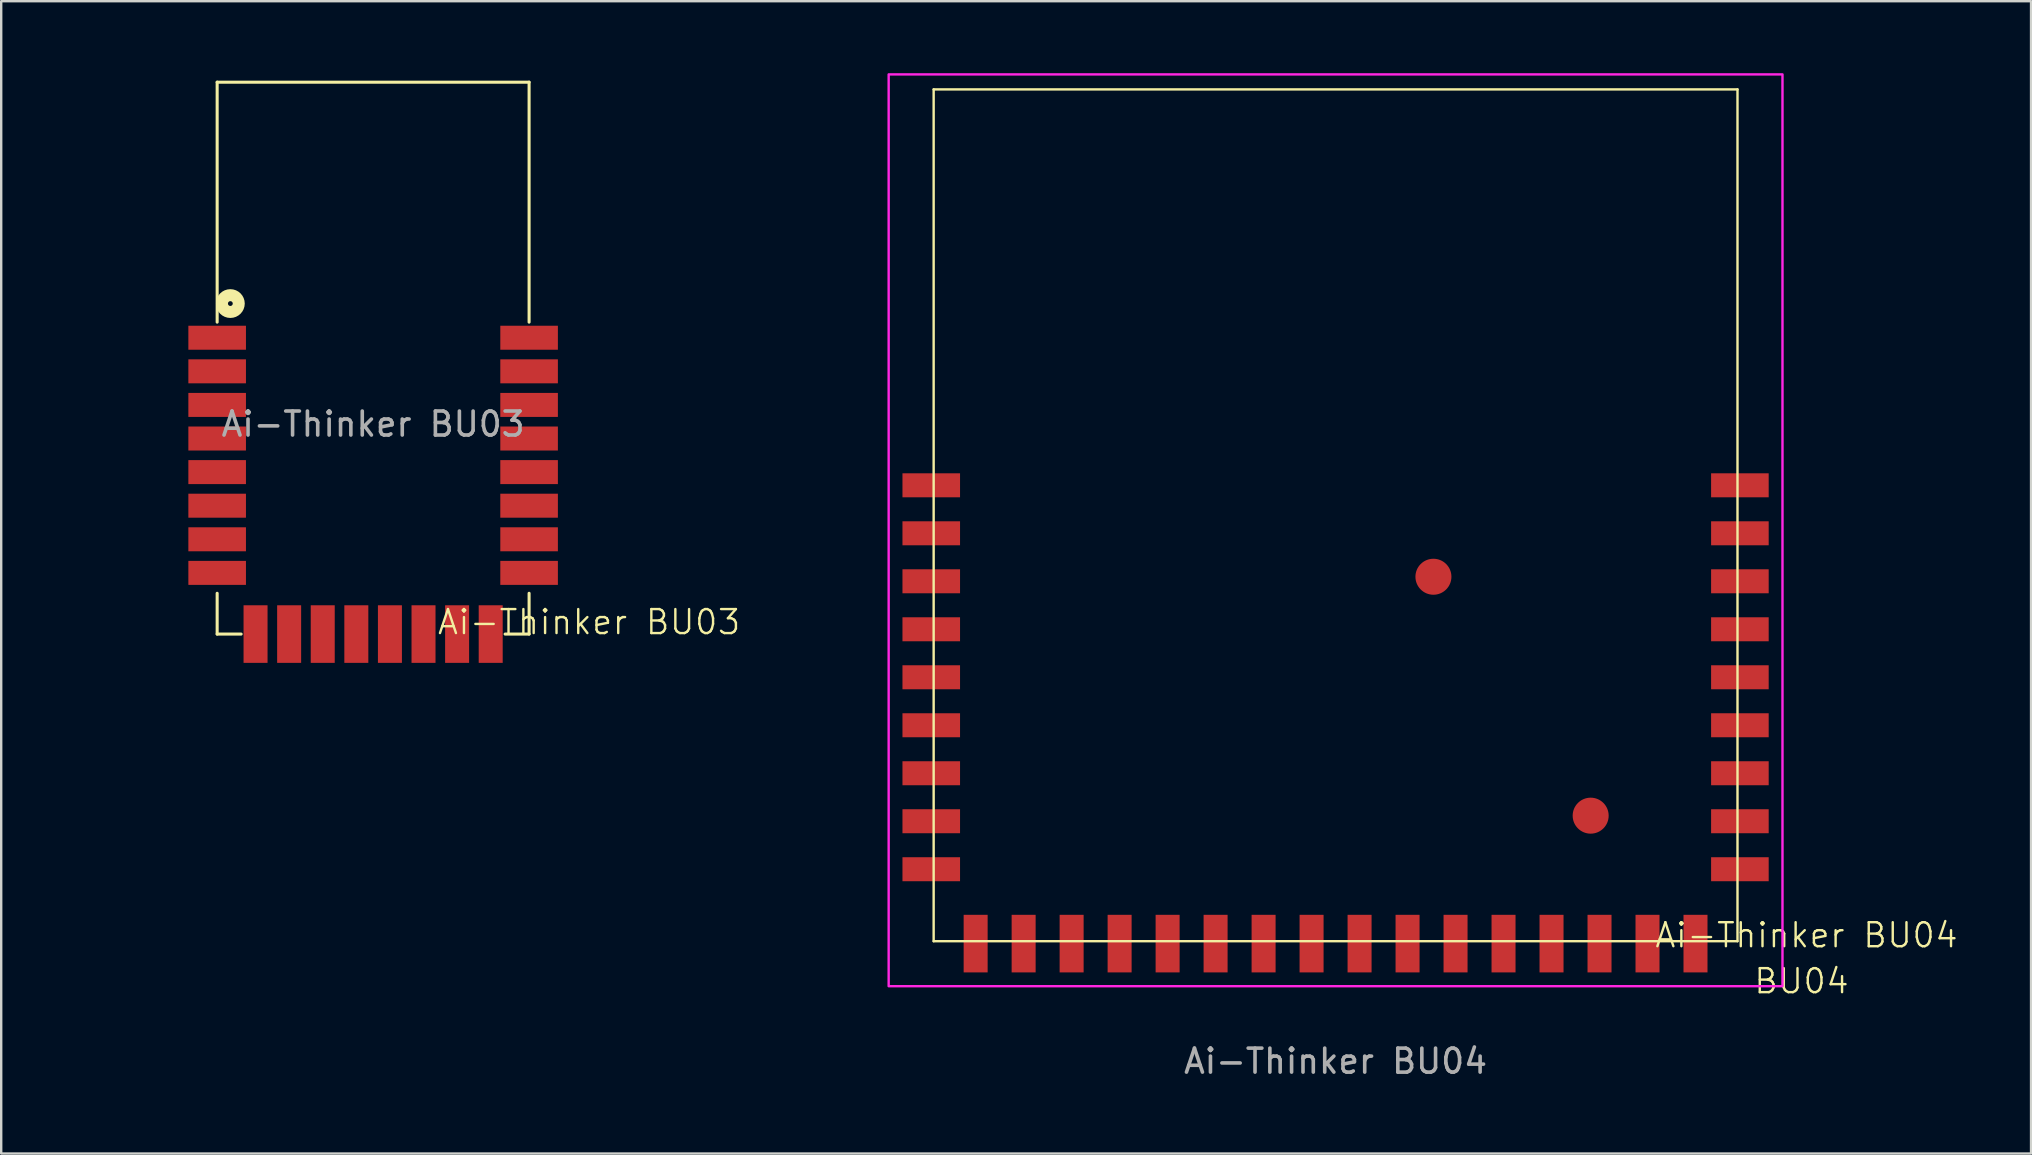
<source format=kicad_pcb>
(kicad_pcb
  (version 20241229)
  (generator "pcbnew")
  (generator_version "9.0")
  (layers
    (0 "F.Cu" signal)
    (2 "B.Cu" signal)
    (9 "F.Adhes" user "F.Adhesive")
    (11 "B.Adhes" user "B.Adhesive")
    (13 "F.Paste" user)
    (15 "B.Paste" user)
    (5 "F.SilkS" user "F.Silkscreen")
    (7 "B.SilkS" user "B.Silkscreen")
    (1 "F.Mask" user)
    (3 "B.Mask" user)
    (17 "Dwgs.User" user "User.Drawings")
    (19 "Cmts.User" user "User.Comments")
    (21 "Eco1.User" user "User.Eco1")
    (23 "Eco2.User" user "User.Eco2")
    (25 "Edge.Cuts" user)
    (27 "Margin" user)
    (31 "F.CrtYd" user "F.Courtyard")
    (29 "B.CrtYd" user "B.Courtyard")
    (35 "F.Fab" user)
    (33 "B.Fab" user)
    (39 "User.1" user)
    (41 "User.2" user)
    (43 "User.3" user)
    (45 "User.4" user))
  (footprint "Ai-Thinker BU04"
    (layer "F.Cu")
    (at 52.61 19.05)
    (property "Reference" "Ai-Thinker BU04" (at 19.625 16.875 0) (unlocked yes) (layer "F.SilkS") (effects (font (size 1 1) (thickness 0.1))))
    (attr smd)
    (fp_line (start -16.75 -18.375) (end 16.75 -18.375) (stroke (width 0.1) (type solid)) (layer "F.SilkS"))
    (fp_line (start -16.75 17.125) (end -16.75 -18.375) (stroke (width 0.1) (type solid)) (layer "F.SilkS"))
    (fp_line (start -16.75 17.125) (end 16.75 17.125) (stroke (width 0.1) (type solid)) (layer "F.SilkS"))
    (fp_line (start 16.75 17.125) (end 16.75 -18.375) (stroke (width 0.1) (type solid)) (layer "F.SilkS"))
    (fp_rect (start -18.625 -19) (end 18.625 19) (stroke (width 0.1) (type default)) (fill no) (layer "F.CrtYd"))
    (fp_text user "BU04" (at 17.375 19.375 0) (unlocked yes) (layer "F.SilkS") (effects (font (size 1 1) (thickness 0.1)) (justify left bottom)))
    (fp_text user "${REFERENCE}" (at 0 22.125 0) (unlocked yes) (layer "F.Fab") (effects (font (size 1 1) (thickness 0.15))))
    (pad "1" smd rect (at -16.85 -1.875) (size 2.4 1) (layers "F.Cu" "F.Mask" "F.Paste"))
    (pad "2" smd rect (at -16.85 0.125) (size 2.4 1) (layers "F.Cu" "F.Mask" "F.Paste"))
    (pad "3" smd rect (at -16.85 2.125) (size 2.4 1) (layers "F.Cu" "F.Mask" "F.Paste"))
    (pad "4" smd rect (at -16.85 4.125) (size 2.4 1) (layers "F.Cu" "F.Mask" "F.Paste"))
    (pad "5" smd rect (at -16.85 6.125) (size 2.4 1) (layers "F.Cu" "F.Mask" "F.Paste"))
    (pad "6" smd rect (at -16.85 8.125) (size 2.4 1) (layers "F.Cu" "F.Mask" "F.Paste"))
    (pad "7" smd rect (at -16.85 10.125) (size 2.4 1) (layers "F.Cu" "F.Mask" "F.Paste"))
    (pad "8" smd rect (at -16.85 12.125) (size 2.4 1) (layers "F.Cu" "F.Mask" "F.Paste"))
    (pad "9" smd rect (at -16.85 14.125) (size 2.4 1) (layers "F.Cu" "F.Mask" "F.Paste"))
    (pad "10" smd rect (at -15 17.225 90) (size 2.4 1) (layers "F.Cu" "F.Mask" "F.Paste"))
    (pad "11" smd rect (at -13 17.225 90) (size 2.4 1) (layers "F.Cu" "F.Mask" "F.Paste"))
    (pad "12" smd rect (at -11 17.225 90) (size 2.4 1) (layers "F.Cu" "F.Mask" "F.Paste"))
    (pad "13" smd rect (at -9 17.225 90) (size 2.4 1) (layers "F.Cu" "F.Mask" "F.Paste"))
    (pad "14" smd rect (at -7 17.225 90) (size 2.4 1) (layers "F.Cu" "F.Mask" "F.Paste"))
    (pad "15" smd rect (at -5 17.225 90) (size 2.4 1) (layers "F.Cu" "F.Mask" "F.Paste"))
    (pad "16" smd rect (at -3 17.225 90) (size 2.4 1) (layers "F.Cu" "F.Mask" "F.Paste"))
    (pad "17" smd rect (at -1 17.225 90) (size 2.4 1) (layers "F.Cu" "F.Mask" "F.Paste"))
    (pad "18" smd rect (at 1 17.225 90) (size 2.4 1) (layers "F.Cu" "F.Mask" "F.Paste"))
    (pad "19" smd rect (at 3 17.225 90) (size 2.4 1) (layers "F.Cu" "F.Mask" "F.Paste"))
    (pad "20" smd rect (at 5 17.225 90) (size 2.4 1) (layers "F.Cu" "F.Mask" "F.Paste"))
    (pad "21" smd rect (at 7 17.225 90) (size 2.4 1) (layers "F.Cu" "F.Mask" "F.Paste"))
    (pad "22" smd rect (at 9 17.225 90) (size 2.4 1) (layers "F.Cu" "F.Mask" "F.Paste"))
    (pad "23" smd rect (at 11 17.225 90) (size 2.4 1) (layers "F.Cu" "F.Mask" "F.Paste"))
    (pad "24" smd rect (at 13 17.225 90) (size 2.4 1) (layers "F.Cu" "F.Mask" "F.Paste"))
    (pad "25" smd rect (at 15 17.225 90) (size 2.4 1) (layers "F.Cu" "F.Mask" "F.Paste"))
    (pad "26" smd rect (at 16.85 14.125) (size 2.4 1) (layers "F.Cu" "F.Mask" "F.Paste"))
    (pad "27" smd rect (at 16.85 12.125) (size 2.4 1) (layers "F.Cu" "F.Mask" "F.Paste"))
    (pad "28" smd rect (at 16.85 10.125) (size 2.4 1) (layers "F.Cu" "F.Mask" "F.Paste"))
    (pad "29" smd rect (at 16.85 8.125) (size 2.4 1) (layers "F.Cu" "F.Mask" "F.Paste"))
    (pad "30" smd rect (at 16.85 6.125) (size 2.4 1) (layers "F.Cu" "F.Mask" "F.Paste"))
    (pad "31" smd rect (at 16.85 4.125) (size 2.4 1) (layers "F.Cu" "F.Mask" "F.Paste"))
    (pad "32" smd rect (at 16.85 2.125) (size 2.4 1) (layers "F.Cu" "F.Mask" "F.Paste"))
    (pad "33" smd rect (at 16.85 0.125) (size 2.4 1) (layers "F.Cu" "F.Mask" "F.Paste"))
    (pad "34" smd rect (at 16.85 -1.875) (size 2.4 1) (layers "F.Cu" "F.Mask" "F.Paste"))
    (pad "35" smd circle (at 4.078 1.936) (size 1.5 1.5) (layers "F.Cu" "F.Mask" "F.Paste"))
    (pad "36" smd circle (at 10.631 11.893) (size 1.5 1.5) (layers "F.Cu" "F.Mask" "F.Paste"))
    (zone (net_name "") (layers "Edge.Cuts" "Margin") (hatch edge 0.5) (connect_pads) (min_thickness 0.25) (filled_areas_thickness no) (keepout (tracks not_allowed) (vias not_allowed) (pads not_allowed) (copperpour not_allowed) (footprints not_allowed)) (placement (enabled no)) (fill) (polygon (pts (xy 74.362 0.3) (xy 30.86 0.3) (xy 30.86 15.05) (xy 74.362 15.05)))))
  (footprint "Ai-Thinker BU03"
    (layer "F.Cu")
    (at 12.5 12.125)
    (property "Reference" "Ai-Thinker BU03" (at 9 10.75 0) (unlocked yes) (layer "F.SilkS") (effects (font (size 1 1) (thickness 0.1))))
    (attr smd)
    (fp_line (start -6.5 -11.75) (end 6.5 -11.75) (stroke (width 0.127) (type solid)) (layer "F.SilkS"))
    (fp_line (start -6.5 -1.75) (end -6.5 -11.75) (stroke (width 0.127) (type solid)) (layer "F.SilkS"))
    (fp_line (start -6.5 11.25) (end -6.5 9.55) (stroke (width 0.127) (type solid)) (layer "F.SilkS"))
    (fp_line (start -6.5 11.25) (end -5.5 11.25) (stroke (width 0.127) (type solid)) (layer "F.SilkS"))
    (fp_line (start 5.5 11.25) (end 6.5 11.25) (stroke (width 0.127) (type solid)) (layer "F.SilkS"))
    (fp_line (start 6.5 -1.75) (end 6.5 -11.75) (stroke (width 0.127) (type solid)) (layer "F.SilkS"))
    (fp_line (start 6.5 11.25) (end 6.5 9.55) (stroke (width 0.127) (type solid)) (layer "F.SilkS"))
    (fp_circle (center -5.95 -2.524) (end -5.95 -2.624) (stroke (width 0.5) (type solid)) (fill no) (layer "F.SilkS"))
    (fp_text user "${REFERENCE}" (at 0 2.5 0) (unlocked yes) (layer "F.Fab") (effects (font (size 1 1) (thickness 0.15))))
    (pad "1" smd rect (at -6.5 -1.1) (size 2.4 1) (layers "F.Cu" "F.Mask" "F.Paste"))
    (pad "2" smd rect (at -6.5 0.3) (size 2.4 1) (layers "F.Cu" "F.Mask" "F.Paste"))
    (pad "3" smd rect (at -6.5 1.7) (size 2.4 1) (layers "F.Cu" "F.Mask" "F.Paste"))
    (pad "4" smd rect (at -6.5 3.1) (size 2.4 1) (layers "F.Cu" "F.Mask" "F.Paste"))
    (pad "5" smd rect (at -6.5 4.5) (size 2.4 1) (layers "F.Cu" "F.Mask" "F.Paste"))
    (pad "6" smd rect (at -6.5 5.9) (size 2.4 1) (layers "F.Cu" "F.Mask" "F.Paste"))
    (pad "7" smd rect (at -6.5 7.3) (size 2.4 1) (layers "F.Cu" "F.Mask" "F.Paste"))
    (pad "8" smd rect (at -6.5 8.7) (size 2.4 1) (layers "F.Cu" "F.Mask" "F.Paste"))
    (pad "9" smd rect (at -4.9 11.25 90) (size 2.4 1) (layers "F.Cu" "F.Mask" "F.Paste"))
    (pad "10" smd rect (at -3.5 11.25 90) (size 2.4 1) (layers "F.Cu" "F.Mask" "F.Paste"))
    (pad "11" smd rect (at -2.1 11.25 90) (size 2.4 1) (layers "F.Cu" "F.Mask" "F.Paste"))
    (pad "12" smd rect (at -0.7 11.25 90) (size 2.4 1) (layers "F.Cu" "F.Mask" "F.Paste"))
    (pad "13" smd rect (at 0.7 11.25 90) (size 2.4 1) (layers "F.Cu" "F.Mask" "F.Paste"))
    (pad "14" smd rect (at 2.1 11.25 90) (size 2.4 1) (layers "F.Cu" "F.Mask" "F.Paste"))
    (pad "15" smd rect (at 3.5 11.25 90) (size 2.4 1) (layers "F.Cu" "F.Mask" "F.Paste"))
    (pad "16" smd rect (at 4.9 11.25 90) (size 2.4 1) (layers "F.Cu" "F.Mask" "F.Paste"))
    (pad "17" smd rect (at 6.5 8.7) (size 2.4 1) (layers "F.Cu" "F.Mask" "F.Paste"))
    (pad "18" smd rect (at 6.5 7.3) (size 2.4 1) (layers "F.Cu" "F.Mask" "F.Paste"))
    (pad "19" smd rect (at 6.5 5.9) (size 2.4 1) (layers "F.Cu" "F.Mask" "F.Paste"))
    (pad "20" smd rect (at 6.5 4.5) (size 2.4 1) (layers "F.Cu" "F.Mask" "F.Paste"))
    (pad "21" smd rect (at 6.5 3.1) (size 2.4 1) (layers "F.Cu" "F.Mask" "F.Paste"))
    (pad "22" smd rect (at 6.5 1.7) (size 2.4 1) (layers "F.Cu" "F.Mask" "F.Paste"))
    (pad "23" smd rect (at 6.5 0.3) (size 2.4 1) (layers "F.Cu" "F.Mask" "F.Paste"))
    (pad "24" smd rect (at 6.5 -1.1) (size 2.4 1) (layers "F.Cu" "F.Mask" "F.Paste"))
    (zone (net_name "") (layer "Margin") (name "Margin") (hatch none 0.5) (connect_pads) (min_thickness 0.25) (filled_areas_thickness no) (keepout (tracks allowed) (vias allowed) (pads not_allowed) (copperpour allowed) (footprints not_allowed)) (placement (enabled no)) (fill) (polygon (pts (xy 4.5 24.875) (xy 20.5 24.875) (xy 20.5 0) (xy 4.5 0))))
    (zone (net_name "") (layer "Margin") (name "Keepout") (hatch edge 0.5) (connect_pads) (min_thickness 0.25) (filled_areas_thickness no) (keepout (tracks not_allowed) (vias not_allowed) (pads not_allowed) (copperpour not_allowed) (footprints not_allowed)) (placement (enabled no)) (fill) (polygon (pts (xy 25 0.25) (xy 0 0.25) (xy 0 9.625) (xy 25 9.625)))))
  (gr_rect
    (start -3 -3)
    (end 81.594 45.023)
    (stroke (width 0.1) (type default))
    (fill no)
    (layer "Edge.Cuts")))
</source>
